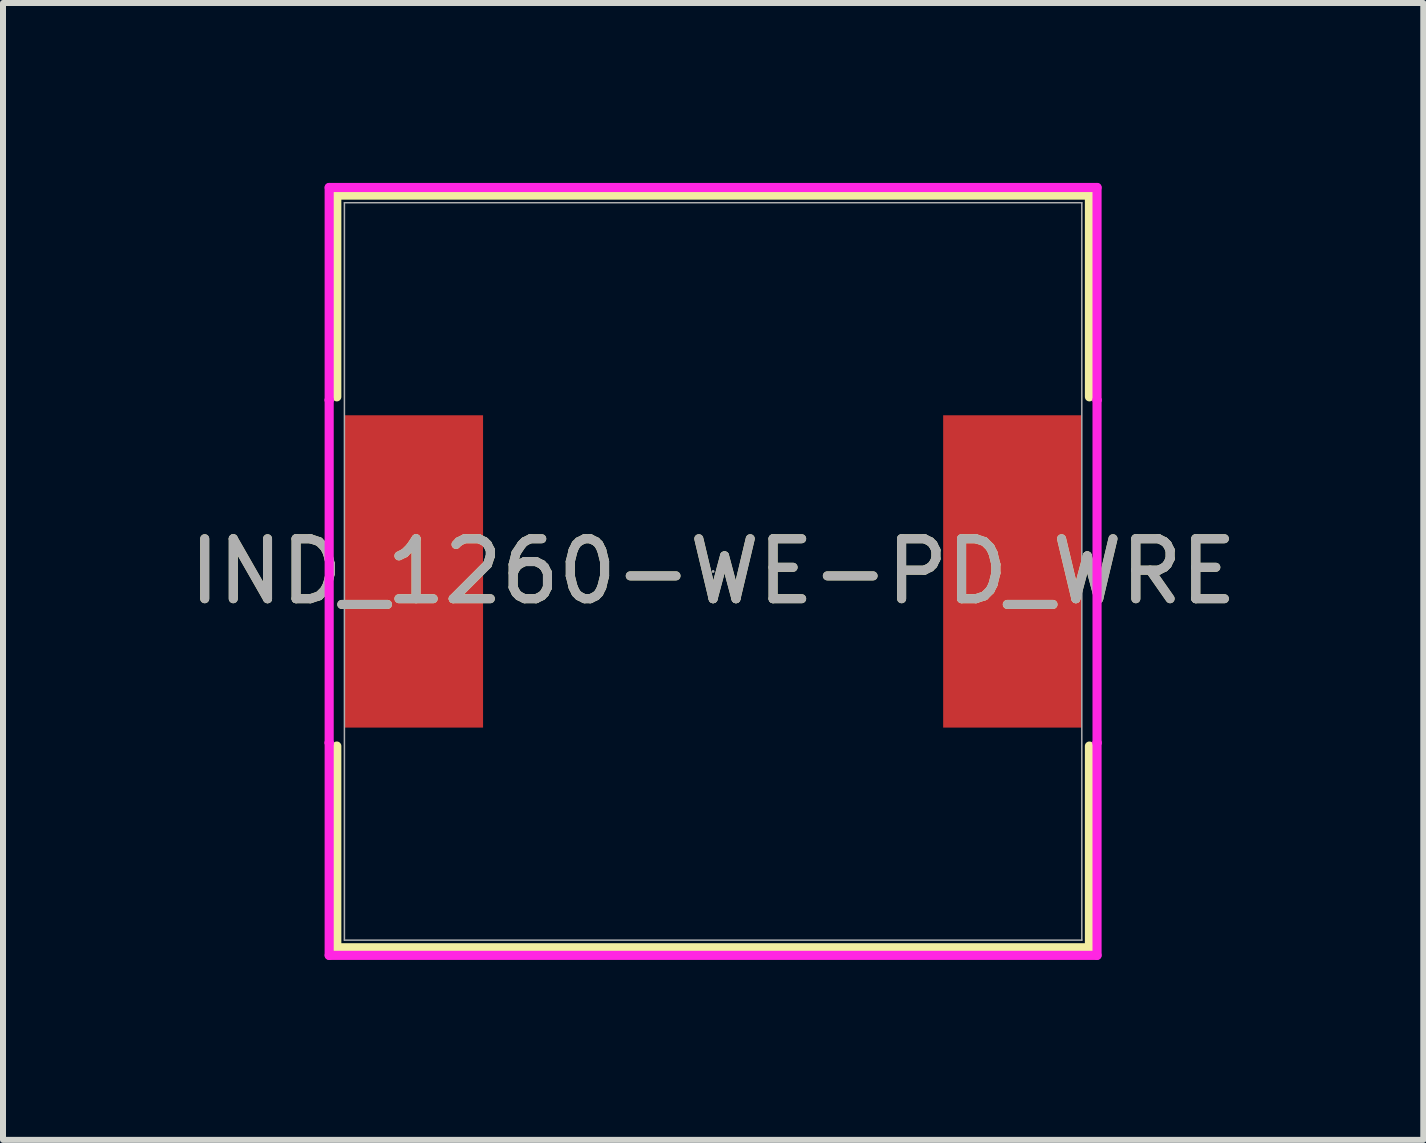
<source format=kicad_pcb>
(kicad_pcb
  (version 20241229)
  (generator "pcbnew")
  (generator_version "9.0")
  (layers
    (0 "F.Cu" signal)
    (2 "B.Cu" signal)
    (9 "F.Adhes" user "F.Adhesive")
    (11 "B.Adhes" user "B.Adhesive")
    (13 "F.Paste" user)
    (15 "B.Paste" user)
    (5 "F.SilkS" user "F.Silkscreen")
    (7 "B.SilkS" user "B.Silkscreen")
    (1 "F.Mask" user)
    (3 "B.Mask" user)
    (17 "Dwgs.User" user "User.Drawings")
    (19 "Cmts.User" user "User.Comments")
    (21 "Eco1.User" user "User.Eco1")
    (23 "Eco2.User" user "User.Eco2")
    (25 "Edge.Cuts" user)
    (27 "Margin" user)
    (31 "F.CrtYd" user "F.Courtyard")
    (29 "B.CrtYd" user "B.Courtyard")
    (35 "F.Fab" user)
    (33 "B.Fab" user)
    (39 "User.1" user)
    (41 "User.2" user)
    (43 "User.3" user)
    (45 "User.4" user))
  (footprint "IND_1260-WE-PD_WRE"
    (layer "F.Cu")
    (at 8.839 6.477)
    (property "Reference" "IND_1260-WE-PD_WRE" (at 0 0 0) (unlocked yes) (layer "F.SilkS") (effects (font (size 1 1) (thickness 0.15))))
    (attr smd)
    (fp_line (start -6.274 -6.274) (end -6.274 -2.911) (stroke (width 0.152) (type solid)) (layer "F.SilkS"))
    (fp_line (start -6.274 2.911) (end -6.274 6.274) (stroke (width 0.152) (type solid)) (layer "F.SilkS"))
    (fp_line (start -6.274 6.274) (end 6.274 6.274) (stroke (width 0.152) (type solid)) (layer "F.SilkS"))
    (fp_line (start 6.274 -6.274) (end -6.274 -6.274) (stroke (width 0.152) (type solid)) (layer "F.SilkS"))
    (fp_line (start 6.274 -2.911) (end 6.274 -6.274) (stroke (width 0.152) (type solid)) (layer "F.SilkS"))
    (fp_line (start 6.274 6.274) (end 6.274 2.911) (stroke (width 0.152) (type solid)) (layer "F.SilkS"))
    (fp_line (start -6.401 -6.401) (end 6.401 -6.401) (stroke (width 0.152) (type solid)) (layer "F.CrtYd"))
    (fp_line (start -6.401 -2.857) (end -6.401 -6.401) (stroke (width 0.152) (type solid)) (layer "F.CrtYd"))
    (fp_line (start -6.401 -2.857) (end -6.401 -2.857) (stroke (width 0.152) (type solid)) (layer "F.CrtYd"))
    (fp_line (start -6.401 2.857) (end -6.401 -2.857) (stroke (width 0.152) (type solid)) (layer "F.CrtYd"))
    (fp_line (start -6.401 2.857) (end -6.401 2.857) (stroke (width 0.152) (type solid)) (layer "F.CrtYd"))
    (fp_line (start -6.401 6.401) (end -6.401 2.857) (stroke (width 0.152) (type solid)) (layer "F.CrtYd"))
    (fp_line (start 6.401 -6.401) (end 6.401 -2.857) (stroke (width 0.152) (type solid)) (layer "F.CrtYd"))
    (fp_line (start 6.401 -2.857) (end 6.401 -2.857) (stroke (width 0.152) (type solid)) (layer "F.CrtYd"))
    (fp_line (start 6.401 -2.857) (end 6.401 2.857) (stroke (width 0.152) (type solid)) (layer "F.CrtYd"))
    (fp_line (start 6.401 2.857) (end 6.401 2.857) (stroke (width 0.152) (type solid)) (layer "F.CrtYd"))
    (fp_line (start 6.401 2.857) (end 6.401 6.401) (stroke (width 0.152) (type solid)) (layer "F.CrtYd"))
    (fp_line (start 6.401 6.401) (end -6.401 6.401) (stroke (width 0.152) (type solid)) (layer "F.CrtYd"))
    (fp_line (start -6.147 -6.147) (end -6.147 6.147) (stroke (width 0.025) (type solid)) (layer "F.Fab"))
    (fp_line (start -6.147 6.147) (end 6.147 6.147) (stroke (width 0.025) (type solid)) (layer "F.Fab"))
    (fp_line (start 6.147 -6.147) (end -6.147 -6.147) (stroke (width 0.025) (type solid)) (layer "F.Fab"))
    (fp_line (start 6.147 6.147) (end 6.147 -6.147) (stroke (width 0.025) (type solid)) (layer "F.Fab"))
    (fp_circle (center 0 0) (end 0 0) (stroke (width 0.025) (type solid)) (fill no) (layer "F.Fab"))
    (fp_text user "${REFERENCE}" (at 0 0 0) (unlocked yes) (layer "F.Fab") (effects (font (size 1 1) (thickness 0.15))))
    (pad "1" smd rect (at -4.991 0) (size 2.311 5.207) (layers "F.Cu" "F.Mask" "F.Paste"))
    (pad "2" smd rect (at 4.991 0) (size 2.311 5.207) (layers "F.Cu" "F.Mask" "F.Paste")))
  (gr_rect
    (start -3 -3)
    (end 20.679 15.954)
    (stroke (width 0.1) (type default))
    (fill no)
    (layer "Edge.Cuts")))
</source>
